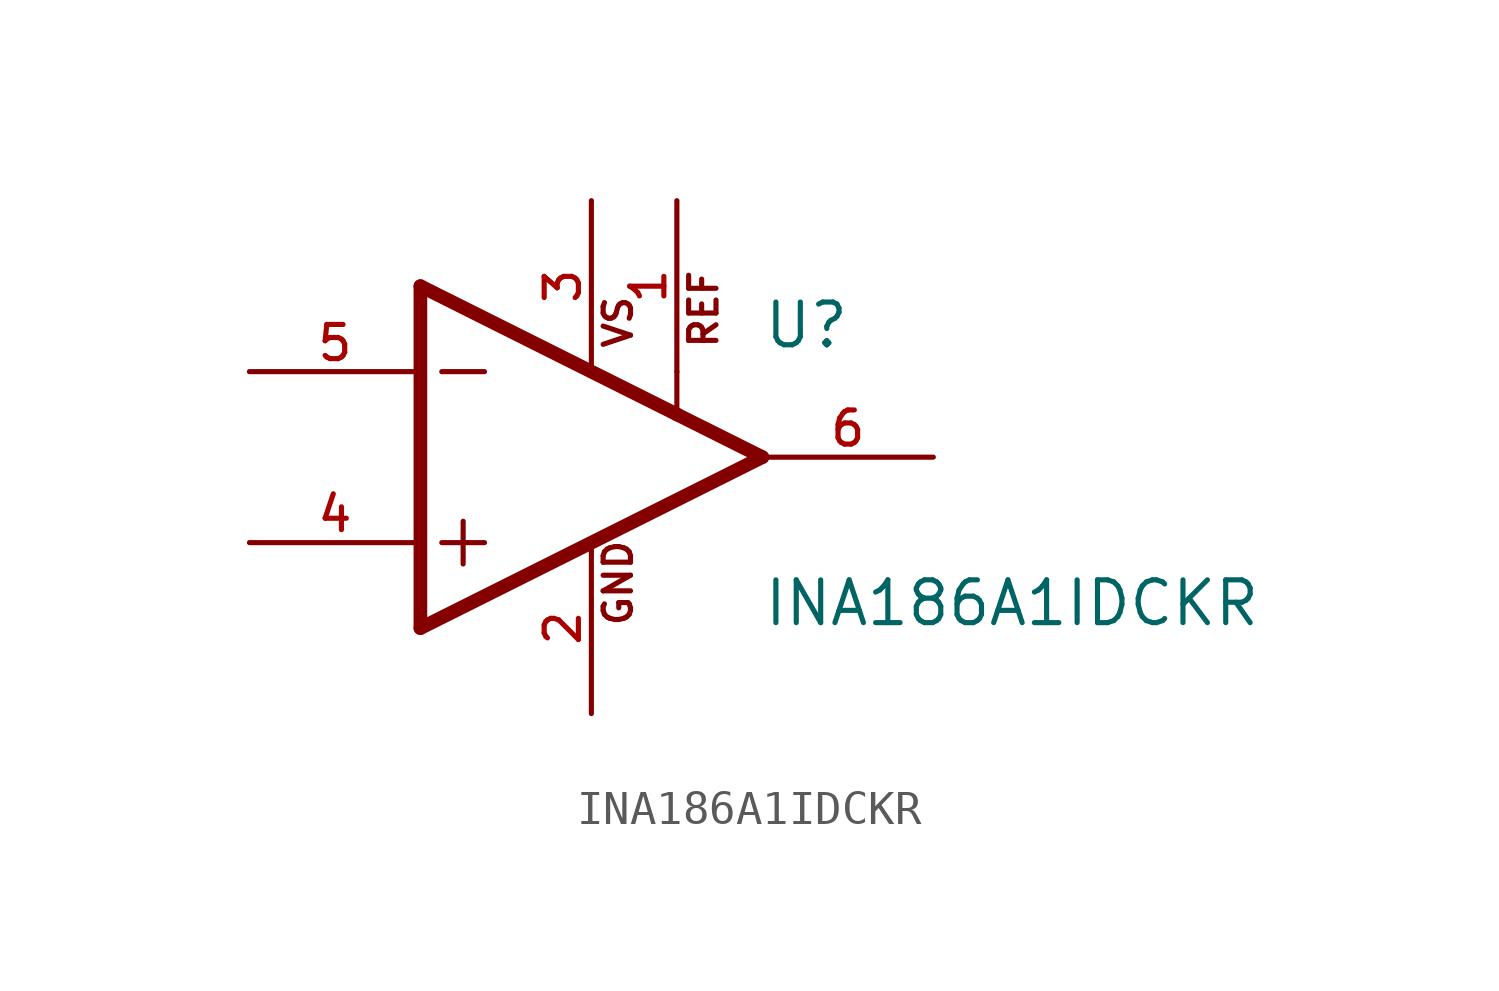
<source format=kicad_sym>
(kicad_symbol_lib
  (version 20211014)
  (generator kicad_symbol_editor)
  (symbol "INA186A1IDCKR"
    (pin_names
      (offset 1.016) hide)
    (property "Reference" "U"
      (at 7.62 3.175 0)
      (effects (font (size 1.27 1.27)) (justify left bottom)))
    (property "Value" "INA186A1IDCKR"
      (at 7.62 -5.08 0)
      (effects (font (size 1.27 1.27)) (justify left bottom)))
    (property "ki_locked" ""
      (at 0 0 0)
      (effects (font (size 1.27 1.27))))
    (symbol "INA186A1IDCKR_0_0"
      (polyline (pts (xy -2.54 -5.08) (xy 7.62 0)) (stroke (width 0.406) (type default) (color 0 0 0 0)) (fill (type none)))
      (polyline (pts (xy -2.54 5.08) (xy -2.54 -5.08)) (stroke (width 0.406) (type default) (color 0 0 0 0)) (fill (type none)))
      (polyline (pts (xy -1.905 -2.54) (xy -0.635 -2.54)) (stroke (width 0.152) (type default) (color 0 0 0 0)) (fill (type none)))
      (polyline (pts (xy -1.905 2.54) (xy -0.635 2.54)) (stroke (width 0.152) (type default) (color 0 0 0 0)) (fill (type none)))
      (polyline (pts (xy -1.27 -1.905) (xy -1.27 -3.175)) (stroke (width 0.152) (type default) (color 0 0 0 0)) (fill (type none)))
      (polyline (pts (xy 5.08 1.27) (xy -2.54 5.08)) (stroke (width 0.406) (type default) (color 0 0 0 0)) (fill (type none)))
      (polyline (pts (xy 5.08 1.27) (xy 5.08 2.54)) (stroke (width 0.152) (type default) (color 0 0 0 0)) (fill (type none)))
      (polyline (pts (xy 7.62 0) (xy 5.08 1.27)) (stroke (width 0.406) (type default) (color 0 0 0 0)) (fill (type none)))
      (text "GND" (at 3.81 -5.08 900) (effects (font (size 0.813 0.813)) (justify left bottom)))
      (text "REF" (at 6.35 3.175 900) (effects (font (size 0.813 0.813)) (justify left bottom)))
      (text "VS" (at 3.81 3.175 900) (effects (font (size 0.813 0.813)) (justify left bottom)))
      (pin input line (at 5.08 7.62 270) (length 5.08) (name "~" (effects (font (size 1.016 1.016)))) (number "1" (effects (font (size 1.016 1.016)))))
      (pin power_in line (at 2.54 -7.62 90) (length 5.08) (name "~" (effects (font (size 1.016 1.016)))) (number "2" (effects (font (size 1.016 1.016)))))
      (pin power_in line (at 2.54 7.62 270) (length 5.08) (name "~" (effects (font (size 1.016 1.016)))) (number "3" (effects (font (size 1.016 1.016)))))
      (pin input line (at -7.62 -2.54 0) (length 5.08) (name "~" (effects (font (size 1.016 1.016)))) (number "4" (effects (font (size 1.016 1.016)))))
      (pin input line (at -7.62 2.54 0) (length 5.08) (name "~" (effects (font (size 1.016 1.016)))) (number "5" (effects (font (size 1.016 1.016)))))
      (pin output line (at 12.7 0 180) (length 5.08) (name "~" (effects (font (size 1.016 1.016)))) (number "6" (effects (font (size 1.016 1.016))))))))
</source>
